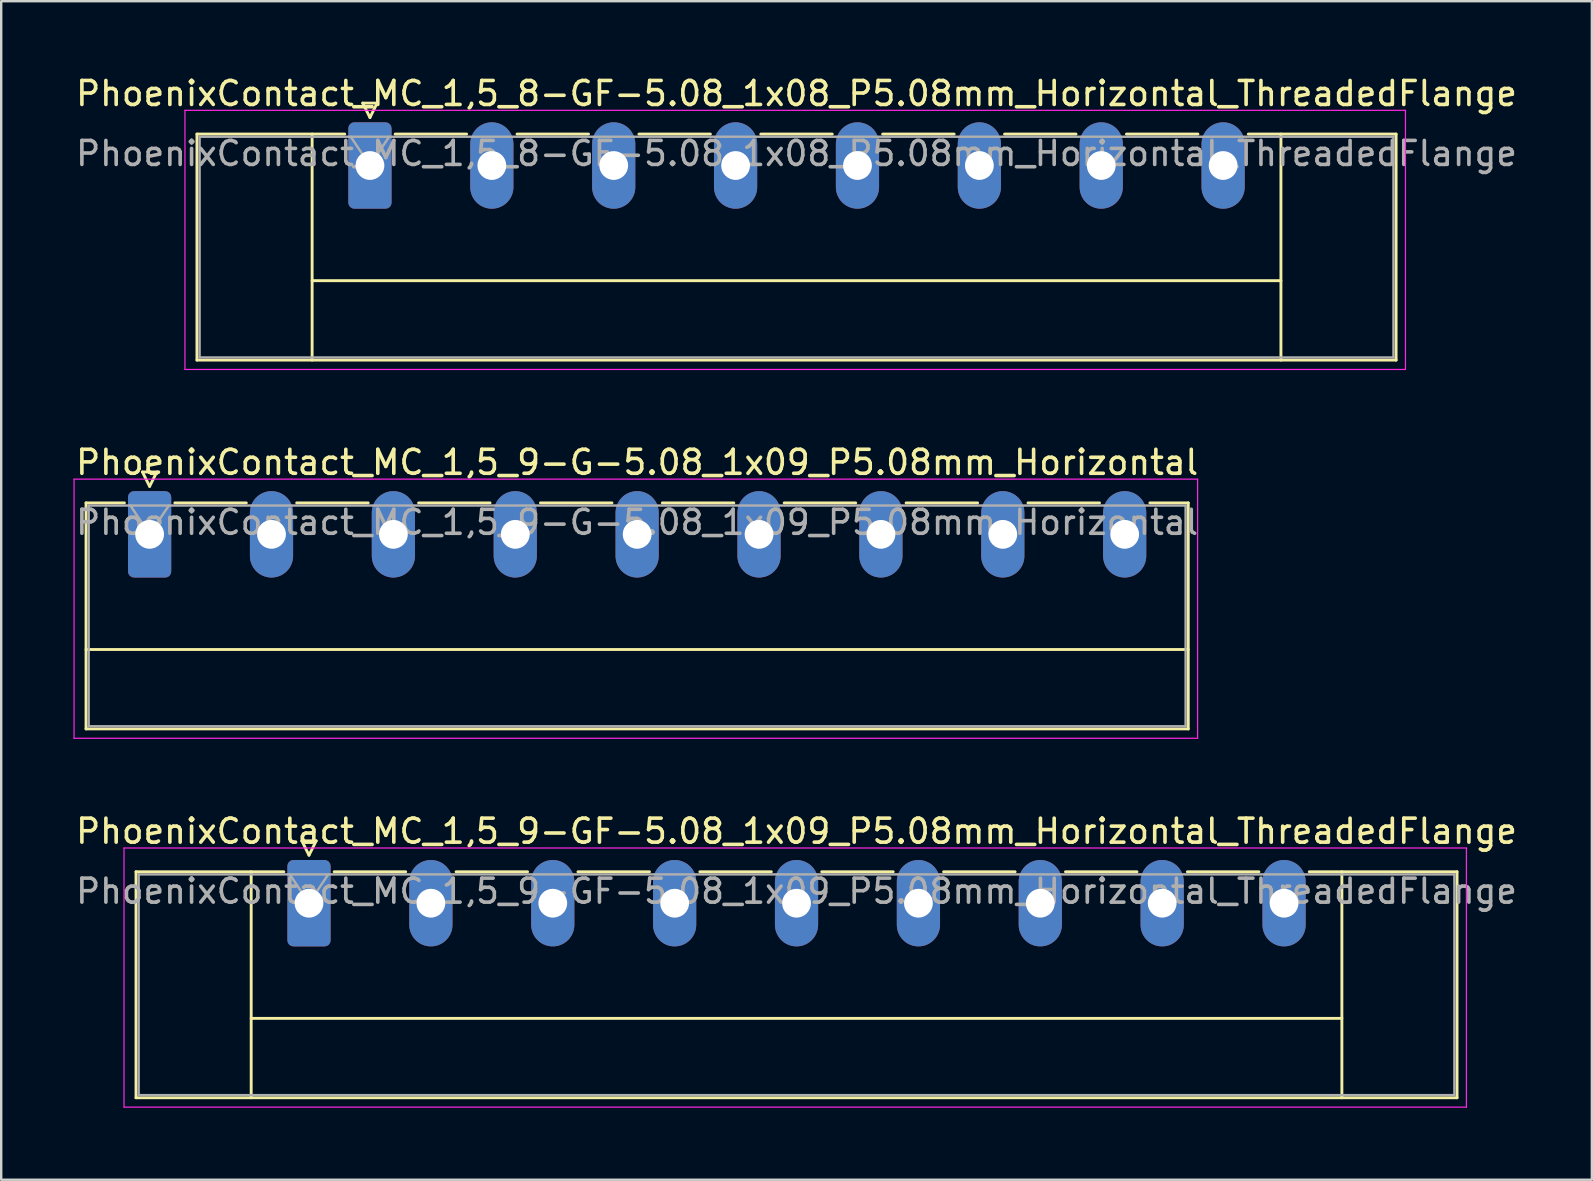
<source format=kicad_pcb>
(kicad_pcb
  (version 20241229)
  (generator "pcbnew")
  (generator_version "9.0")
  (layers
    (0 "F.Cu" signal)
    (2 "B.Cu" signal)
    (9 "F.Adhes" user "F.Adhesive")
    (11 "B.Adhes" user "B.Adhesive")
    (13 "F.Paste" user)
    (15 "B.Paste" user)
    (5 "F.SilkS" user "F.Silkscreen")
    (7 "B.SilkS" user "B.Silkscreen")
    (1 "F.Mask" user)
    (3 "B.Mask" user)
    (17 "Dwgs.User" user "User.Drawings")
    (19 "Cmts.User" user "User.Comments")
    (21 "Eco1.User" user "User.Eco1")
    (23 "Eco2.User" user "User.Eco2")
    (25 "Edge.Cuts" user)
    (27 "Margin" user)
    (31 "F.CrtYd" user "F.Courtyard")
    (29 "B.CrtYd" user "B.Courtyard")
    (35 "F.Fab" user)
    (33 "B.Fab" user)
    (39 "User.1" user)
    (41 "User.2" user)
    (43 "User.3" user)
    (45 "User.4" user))
  (footprint "PhoenixContact_MC_1,5_9-G-5.08_1x09_P5.08mm_Horizontal"
    (layer "F.Cu")
    (at 3.186 19.221)
    (property "Reference" "PhoenixContact_MC_1,5_9-G-5.08_1x09_P5.08mm_Horizontal" (at 20.32 -3 0) (layer "F.SilkS") (effects (font (size 1 1) (thickness 0.15))))
    (attr through_hole)
    (fp_line (start -2.65 -1.31) (end -2.65 8.11) (stroke (width 0.12) (type solid)) (layer "F.SilkS"))
    (fp_line (start -2.65 -1.31) (end -1.05 -1.31) (stroke (width 0.12) (type solid)) (layer "F.SilkS"))
    (fp_line (start -2.65 4.8) (end 43.29 4.8) (stroke (width 0.12) (type solid)) (layer "F.SilkS"))
    (fp_line (start -2.65 8.11) (end 43.29 8.11) (stroke (width 0.12) (type solid)) (layer "F.SilkS"))
    (fp_line (start -0.3 -2.6) (end 0.3 -2.6) (stroke (width 0.12) (type solid)) (layer "F.SilkS"))
    (fp_line (start 0 -2) (end -0.3 -2.6) (stroke (width 0.12) (type solid)) (layer "F.SilkS"))
    (fp_line (start 0.3 -2.6) (end 0 -2) (stroke (width 0.12) (type solid)) (layer "F.SilkS"))
    (fp_line (start 1.05 -1.31) (end 4.03 -1.31) (stroke (width 0.12) (type solid)) (layer "F.SilkS"))
    (fp_line (start 6.13 -1.31) (end 9.11 -1.31) (stroke (width 0.12) (type solid)) (layer "F.SilkS"))
    (fp_line (start 11.21 -1.31) (end 14.19 -1.31) (stroke (width 0.12) (type solid)) (layer "F.SilkS"))
    (fp_line (start 16.29 -1.31) (end 19.27 -1.31) (stroke (width 0.12) (type solid)) (layer "F.SilkS"))
    (fp_line (start 21.37 -1.31) (end 24.35 -1.31) (stroke (width 0.12) (type solid)) (layer "F.SilkS"))
    (fp_line (start 26.45 -1.31) (end 29.43 -1.31) (stroke (width 0.12) (type solid)) (layer "F.SilkS"))
    (fp_line (start 31.53 -1.31) (end 34.51 -1.31) (stroke (width 0.12) (type solid)) (layer "F.SilkS"))
    (fp_line (start 36.61 -1.31) (end 39.59 -1.31) (stroke (width 0.12) (type solid)) (layer "F.SilkS"))
    (fp_line (start 43.29 -1.31) (end 41.69 -1.31) (stroke (width 0.12) (type solid)) (layer "F.SilkS"))
    (fp_line (start 43.29 8.11) (end 43.29 -1.31) (stroke (width 0.12) (type solid)) (layer "F.SilkS"))
    (fp_line (start -3.15 -2.3) (end -3.15 8.5) (stroke (width 0.05) (type solid)) (layer "F.CrtYd"))
    (fp_line (start -3.15 8.5) (end 43.68 8.5) (stroke (width 0.05) (type solid)) (layer "F.CrtYd"))
    (fp_line (start 43.68 -2.3) (end -3.15 -2.3) (stroke (width 0.05) (type solid)) (layer "F.CrtYd"))
    (fp_line (start 43.68 8.5) (end 43.68 -2.3) (stroke (width 0.05) (type solid)) (layer "F.CrtYd"))
    (fp_line (start -2.54 -1.2) (end -2.54 8) (stroke (width 0.1) (type solid)) (layer "F.Fab"))
    (fp_line (start -2.54 8) (end 43.18 8) (stroke (width 0.1) (type solid)) (layer "F.Fab"))
    (fp_line (start 0 0) (end -0.8 -1.2) (stroke (width 0.1) (type solid)) (layer "F.Fab"))
    (fp_line (start 0.8 -1.2) (end 0 0) (stroke (width 0.1) (type solid)) (layer "F.Fab"))
    (fp_line (start 43.18 -1.2) (end -2.54 -1.2) (stroke (width 0.1) (type solid)) (layer "F.Fab"))
    (fp_line (start 43.18 8) (end 43.18 -1.2) (stroke (width 0.1) (type solid)) (layer "F.Fab"))
    (fp_text user "${REFERENCE}" (at 20.32 -0.5 0) (layer "F.Fab") (effects (font (size 1 1) (thickness 0.15))))
    (pad "1" thru_hole roundrect (at 0 0) (size 1.8 3.6) (drill 1.2) (layers "*.Cu" "*.Mask") (roundrect_rratio 0.139))
    (pad "2" thru_hole oval (at 5.08 0) (size 1.8 3.6) (drill 1.2) (layers "*.Cu" "*.Mask"))
    (pad "3" thru_hole oval (at 10.16 0) (size 1.8 3.6) (drill 1.2) (layers "*.Cu" "*.Mask"))
    (pad "4" thru_hole oval (at 15.24 0) (size 1.8 3.6) (drill 1.2) (layers "*.Cu" "*.Mask"))
    (pad "5" thru_hole oval (at 20.32 0) (size 1.8 3.6) (drill 1.2) (layers "*.Cu" "*.Mask"))
    (pad "6" thru_hole oval (at 25.4 0) (size 1.8 3.6) (drill 1.2) (layers "*.Cu" "*.Mask"))
    (pad "7" thru_hole oval (at 30.48 0) (size 1.8 3.6) (drill 1.2) (layers "*.Cu" "*.Mask"))
    (pad "8" thru_hole oval (at 35.56 0) (size 1.8 3.6) (drill 1.2) (layers "*.Cu" "*.Mask"))
    (pad "9" thru_hole oval (at 40.64 0) (size 1.8 3.6) (drill 1.2) (layers "*.Cu" "*.Mask")))
  (footprint "PhoenixContact_MC_1,5_8-GF-5.08_1x08_P5.08mm_Horizontal_ThreadedFlange"
    (layer "F.Cu")
    (at 12.369 3.848)
    (property "Reference" "PhoenixContact_MC_1,5_8-GF-5.08_1x08_P5.08mm_Horizontal_ThreadedFlange" (at 17.78 -3 0) (layer "F.SilkS") (effects (font (size 1 1) (thickness 0.15))))
    (attr through_hole)
    (fp_line (start -7.21 -1.31) (end -7.21 8.11) (stroke (width 0.12) (type solid)) (layer "F.SilkS"))
    (fp_line (start -7.21 -1.31) (end -1.05 -1.31) (stroke (width 0.12) (type solid)) (layer "F.SilkS"))
    (fp_line (start -7.21 8.11) (end 42.77 8.11) (stroke (width 0.12) (type solid)) (layer "F.SilkS"))
    (fp_line (start -2.41 -1.31) (end -2.41 8.11) (stroke (width 0.12) (type solid)) (layer "F.SilkS"))
    (fp_line (start -2.41 4.8) (end 37.97 4.8) (stroke (width 0.12) (type solid)) (layer "F.SilkS"))
    (fp_line (start -0.3 -2.6) (end 0.3 -2.6) (stroke (width 0.12) (type solid)) (layer "F.SilkS"))
    (fp_line (start 0 -2) (end -0.3 -2.6) (stroke (width 0.12) (type solid)) (layer "F.SilkS"))
    (fp_line (start 0.3 -2.6) (end 0 -2) (stroke (width 0.12) (type solid)) (layer "F.SilkS"))
    (fp_line (start 1.05 -1.31) (end 4.03 -1.31) (stroke (width 0.12) (type solid)) (layer "F.SilkS"))
    (fp_line (start 6.13 -1.31) (end 9.11 -1.31) (stroke (width 0.12) (type solid)) (layer "F.SilkS"))
    (fp_line (start 11.21 -1.31) (end 14.19 -1.31) (stroke (width 0.12) (type solid)) (layer "F.SilkS"))
    (fp_line (start 16.29 -1.31) (end 19.27 -1.31) (stroke (width 0.12) (type solid)) (layer "F.SilkS"))
    (fp_line (start 21.37 -1.31) (end 24.35 -1.31) (stroke (width 0.12) (type solid)) (layer "F.SilkS"))
    (fp_line (start 26.45 -1.31) (end 29.43 -1.31) (stroke (width 0.12) (type solid)) (layer "F.SilkS"))
    (fp_line (start 31.53 -1.31) (end 34.51 -1.31) (stroke (width 0.12) (type solid)) (layer "F.SilkS"))
    (fp_line (start 37.97 -1.31) (end 37.97 8.11) (stroke (width 0.12) (type solid)) (layer "F.SilkS"))
    (fp_line (start 42.77 -1.31) (end 36.61 -1.31) (stroke (width 0.12) (type solid)) (layer "F.SilkS"))
    (fp_line (start 42.77 8.11) (end 42.77 -1.31) (stroke (width 0.12) (type solid)) (layer "F.SilkS"))
    (fp_line (start -7.71 -2.3) (end -7.71 8.5) (stroke (width 0.05) (type solid)) (layer "F.CrtYd"))
    (fp_line (start -7.71 8.5) (end 43.16 8.5) (stroke (width 0.05) (type solid)) (layer "F.CrtYd"))
    (fp_line (start 43.16 -2.3) (end -7.71 -2.3) (stroke (width 0.05) (type solid)) (layer "F.CrtYd"))
    (fp_line (start 43.16 8.5) (end 43.16 -2.3) (stroke (width 0.05) (type solid)) (layer "F.CrtYd"))
    (fp_line (start -7.1 -1.2) (end -7.1 8) (stroke (width 0.1) (type solid)) (layer "F.Fab"))
    (fp_line (start -7.1 8) (end 42.66 8) (stroke (width 0.1) (type solid)) (layer "F.Fab"))
    (fp_line (start 0 0) (end -0.8 -1.2) (stroke (width 0.1) (type solid)) (layer "F.Fab"))
    (fp_line (start 0.8 -1.2) (end 0 0) (stroke (width 0.1) (type solid)) (layer "F.Fab"))
    (fp_line (start 42.66 -1.2) (end -7.1 -1.2) (stroke (width 0.1) (type solid)) (layer "F.Fab"))
    (fp_line (start 42.66 8) (end 42.66 -1.2) (stroke (width 0.1) (type solid)) (layer "F.Fab"))
    (fp_text user "${REFERENCE}" (at 17.78 -0.5 0) (layer "F.Fab") (effects (font (size 1 1) (thickness 0.15))))
    (pad "1" thru_hole roundrect (at 0 0) (size 1.8 3.6) (drill 1.2) (layers "*.Cu" "*.Mask") (roundrect_rratio 0.139))
    (pad "2" thru_hole oval (at 5.08 0) (size 1.8 3.6) (drill 1.2) (layers "*.Cu" "*.Mask"))
    (pad "3" thru_hole oval (at 10.16 0) (size 1.8 3.6) (drill 1.2) (layers "*.Cu" "*.Mask"))
    (pad "4" thru_hole oval (at 15.24 0) (size 1.8 3.6) (drill 1.2) (layers "*.Cu" "*.Mask"))
    (pad "5" thru_hole oval (at 20.32 0) (size 1.8 3.6) (drill 1.2) (layers "*.Cu" "*.Mask"))
    (pad "6" thru_hole oval (at 25.4 0) (size 1.8 3.6) (drill 1.2) (layers "*.Cu" "*.Mask"))
    (pad "7" thru_hole oval (at 30.48 0) (size 1.8 3.6) (drill 1.2) (layers "*.Cu" "*.Mask"))
    (pad "8" thru_hole oval (at 35.56 0) (size 1.8 3.6) (drill 1.2) (layers "*.Cu" "*.Mask")))
  (footprint "PhoenixContact_MC_1,5_9-GF-5.08_1x09_P5.08mm_Horizontal_ThreadedFlange"
    (layer "F.Cu")
    (at 9.829 34.595)
    (property "Reference" "PhoenixContact_MC_1,5_9-GF-5.08_1x09_P5.08mm_Horizontal_ThreadedFlange" (at 20.32 -3 0) (layer "F.SilkS") (effects (font (size 1 1) (thickness 0.15))))
    (attr through_hole)
    (fp_line (start -7.21 -1.31) (end -7.21 8.11) (stroke (width 0.12) (type solid)) (layer "F.SilkS"))
    (fp_line (start -7.21 -1.31) (end -1.05 -1.31) (stroke (width 0.12) (type solid)) (layer "F.SilkS"))
    (fp_line (start -7.21 8.11) (end 47.85 8.11) (stroke (width 0.12) (type solid)) (layer "F.SilkS"))
    (fp_line (start -2.41 -1.31) (end -2.41 8.11) (stroke (width 0.12) (type solid)) (layer "F.SilkS"))
    (fp_line (start -2.41 4.8) (end 43.05 4.8) (stroke (width 0.12) (type solid)) (layer "F.SilkS"))
    (fp_line (start -0.3 -2.6) (end 0.3 -2.6) (stroke (width 0.12) (type solid)) (layer "F.SilkS"))
    (fp_line (start 0 -2) (end -0.3 -2.6) (stroke (width 0.12) (type solid)) (layer "F.SilkS"))
    (fp_line (start 0.3 -2.6) (end 0 -2) (stroke (width 0.12) (type solid)) (layer "F.SilkS"))
    (fp_line (start 1.05 -1.31) (end 4.03 -1.31) (stroke (width 0.12) (type solid)) (layer "F.SilkS"))
    (fp_line (start 6.13 -1.31) (end 9.11 -1.31) (stroke (width 0.12) (type solid)) (layer "F.SilkS"))
    (fp_line (start 11.21 -1.31) (end 14.19 -1.31) (stroke (width 0.12) (type solid)) (layer "F.SilkS"))
    (fp_line (start 16.29 -1.31) (end 19.27 -1.31) (stroke (width 0.12) (type solid)) (layer "F.SilkS"))
    (fp_line (start 21.37 -1.31) (end 24.35 -1.31) (stroke (width 0.12) (type solid)) (layer "F.SilkS"))
    (fp_line (start 26.45 -1.31) (end 29.43 -1.31) (stroke (width 0.12) (type solid)) (layer "F.SilkS"))
    (fp_line (start 31.53 -1.31) (end 34.51 -1.31) (stroke (width 0.12) (type solid)) (layer "F.SilkS"))
    (fp_line (start 36.61 -1.31) (end 39.59 -1.31) (stroke (width 0.12) (type solid)) (layer "F.SilkS"))
    (fp_line (start 43.05 -1.31) (end 43.05 8.11) (stroke (width 0.12) (type solid)) (layer "F.SilkS"))
    (fp_line (start 47.85 -1.31) (end 41.69 -1.31) (stroke (width 0.12) (type solid)) (layer "F.SilkS"))
    (fp_line (start 47.85 8.11) (end 47.85 -1.31) (stroke (width 0.12) (type solid)) (layer "F.SilkS"))
    (fp_line (start -7.71 -2.3) (end -7.71 8.5) (stroke (width 0.05) (type solid)) (layer "F.CrtYd"))
    (fp_line (start -7.71 8.5) (end 48.24 8.5) (stroke (width 0.05) (type solid)) (layer "F.CrtYd"))
    (fp_line (start 48.24 -2.3) (end -7.71 -2.3) (stroke (width 0.05) (type solid)) (layer "F.CrtYd"))
    (fp_line (start 48.24 8.5) (end 48.24 -2.3) (stroke (width 0.05) (type solid)) (layer "F.CrtYd"))
    (fp_line (start -7.1 -1.2) (end -7.1 8) (stroke (width 0.1) (type solid)) (layer "F.Fab"))
    (fp_line (start -7.1 8) (end 47.74 8) (stroke (width 0.1) (type solid)) (layer "F.Fab"))
    (fp_line (start 0 0) (end -0.8 -1.2) (stroke (width 0.1) (type solid)) (layer "F.Fab"))
    (fp_line (start 0.8 -1.2) (end 0 0) (stroke (width 0.1) (type solid)) (layer "F.Fab"))
    (fp_line (start 47.74 -1.2) (end -7.1 -1.2) (stroke (width 0.1) (type solid)) (layer "F.Fab"))
    (fp_line (start 47.74 8) (end 47.74 -1.2) (stroke (width 0.1) (type solid)) (layer "F.Fab"))
    (fp_text user "${REFERENCE}" (at 20.32 -0.5 0) (layer "F.Fab") (effects (font (size 1 1) (thickness 0.15))))
    (pad "1" thru_hole roundrect (at 0 0) (size 1.8 3.6) (drill 1.2) (layers "*.Cu" "*.Mask") (roundrect_rratio 0.139))
    (pad "2" thru_hole oval (at 5.08 0) (size 1.8 3.6) (drill 1.2) (layers "*.Cu" "*.Mask"))
    (pad "3" thru_hole oval (at 10.16 0) (size 1.8 3.6) (drill 1.2) (layers "*.Cu" "*.Mask"))
    (pad "4" thru_hole oval (at 15.24 0) (size 1.8 3.6) (drill 1.2) (layers "*.Cu" "*.Mask"))
    (pad "5" thru_hole oval (at 20.32 0) (size 1.8 3.6) (drill 1.2) (layers "*.Cu" "*.Mask"))
    (pad "6" thru_hole oval (at 25.4 0) (size 1.8 3.6) (drill 1.2) (layers "*.Cu" "*.Mask"))
    (pad "7" thru_hole oval (at 30.48 0) (size 1.8 3.6) (drill 1.2) (layers "*.Cu" "*.Mask"))
    (pad "8" thru_hole oval (at 35.56 0) (size 1.8 3.6) (drill 1.2) (layers "*.Cu" "*.Mask"))
    (pad "9" thru_hole oval (at 40.64 0) (size 1.8 3.6) (drill 1.2) (layers "*.Cu" "*.Mask")))
  (gr_rect
    (start -3 -3)
    (end 63.298 46.12)
    (stroke (width 0.1) (type default))
    (fill no)
    (layer "Edge.Cuts")))
</source>
